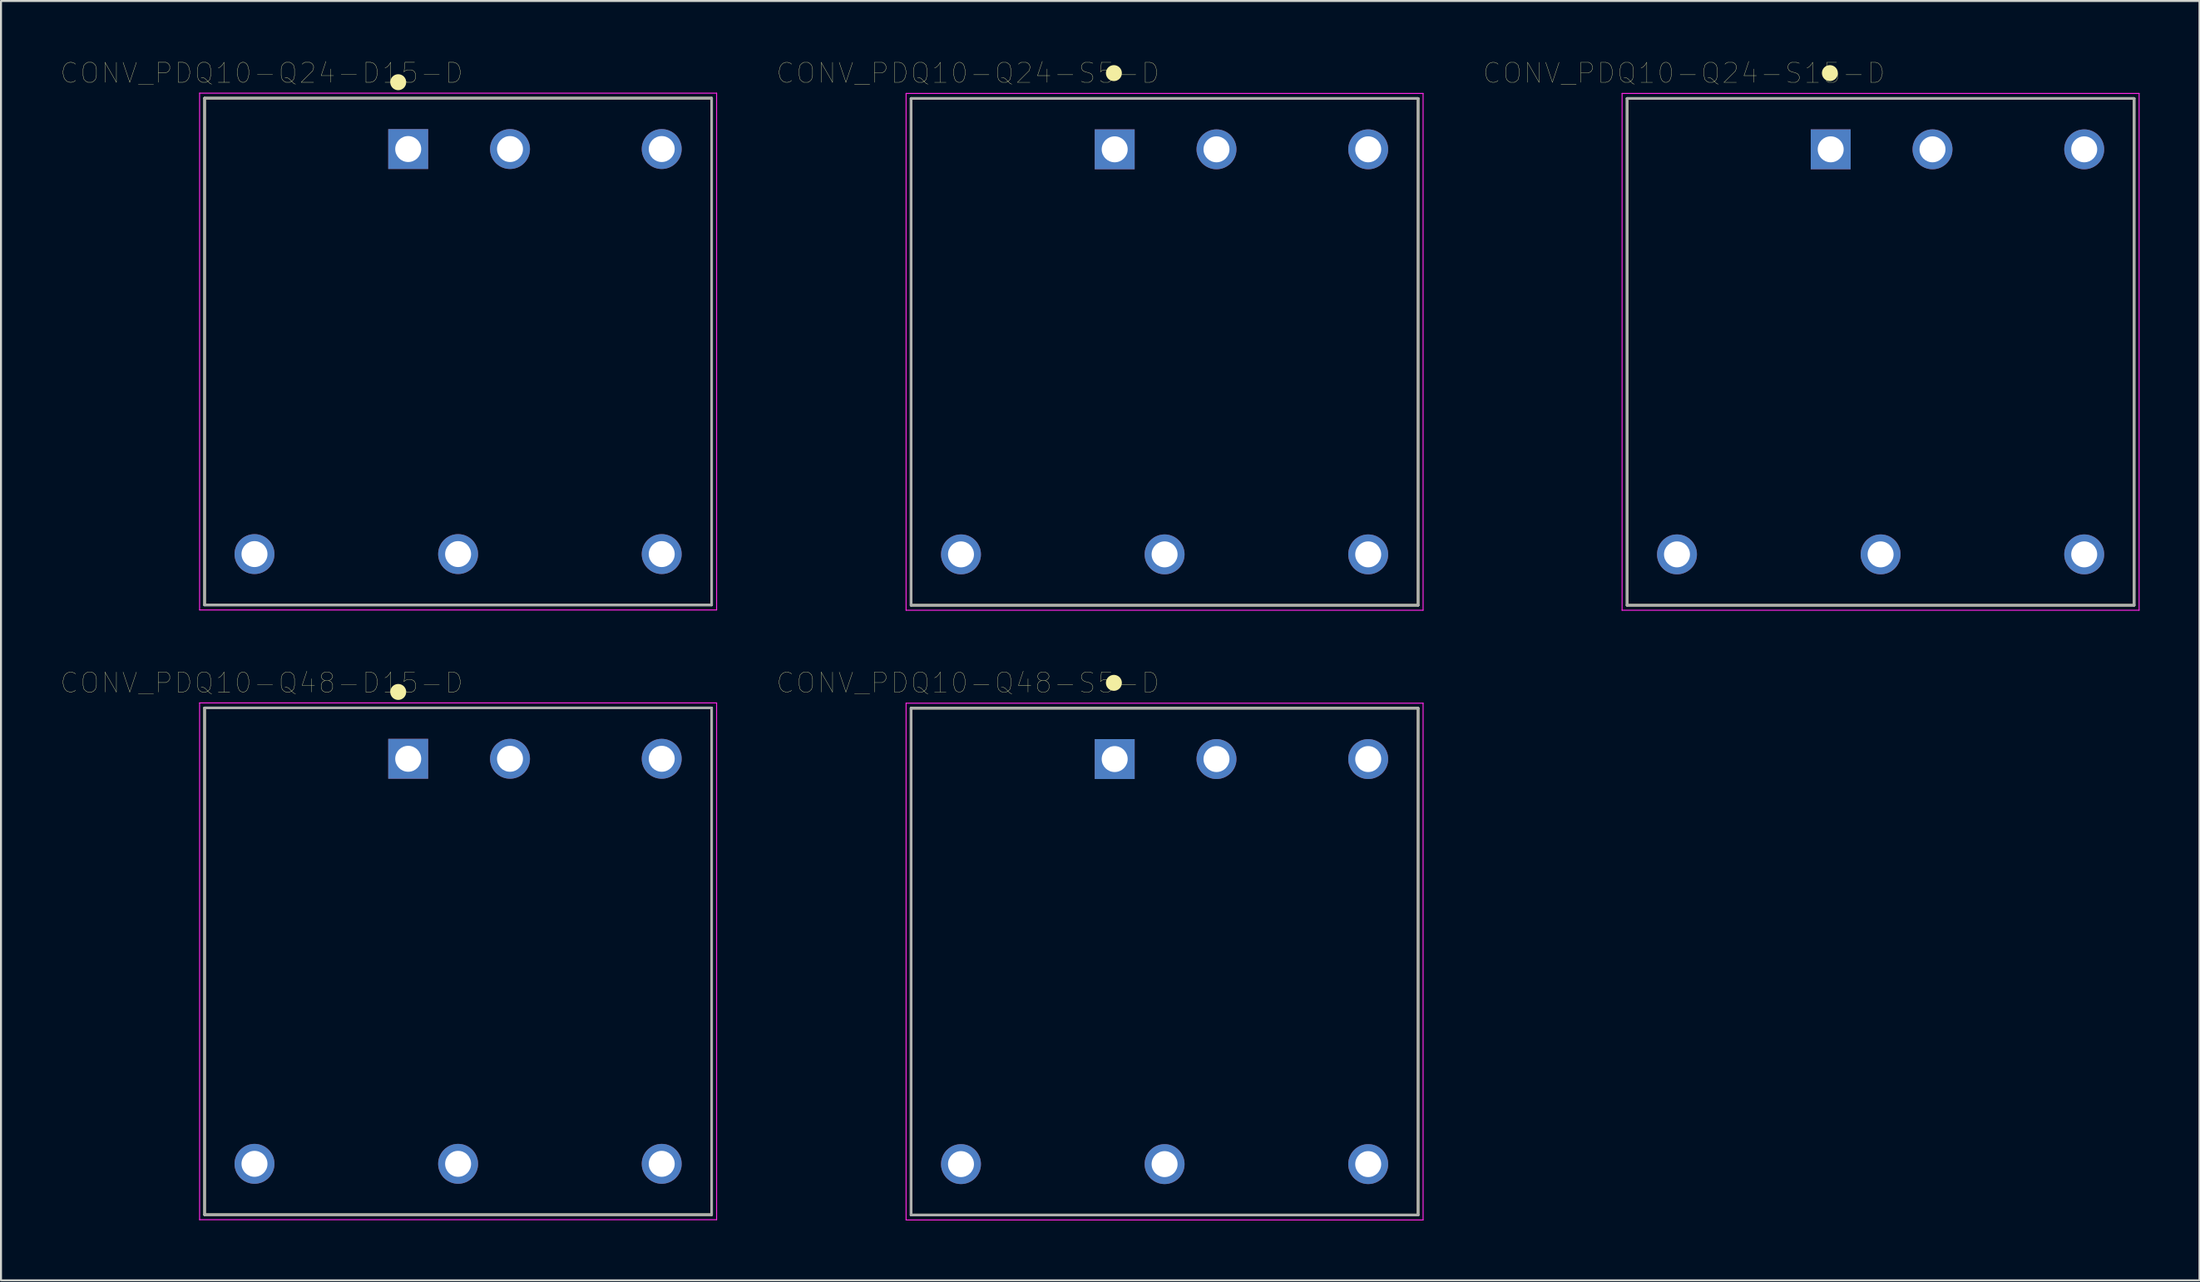
<source format=kicad_pcb>
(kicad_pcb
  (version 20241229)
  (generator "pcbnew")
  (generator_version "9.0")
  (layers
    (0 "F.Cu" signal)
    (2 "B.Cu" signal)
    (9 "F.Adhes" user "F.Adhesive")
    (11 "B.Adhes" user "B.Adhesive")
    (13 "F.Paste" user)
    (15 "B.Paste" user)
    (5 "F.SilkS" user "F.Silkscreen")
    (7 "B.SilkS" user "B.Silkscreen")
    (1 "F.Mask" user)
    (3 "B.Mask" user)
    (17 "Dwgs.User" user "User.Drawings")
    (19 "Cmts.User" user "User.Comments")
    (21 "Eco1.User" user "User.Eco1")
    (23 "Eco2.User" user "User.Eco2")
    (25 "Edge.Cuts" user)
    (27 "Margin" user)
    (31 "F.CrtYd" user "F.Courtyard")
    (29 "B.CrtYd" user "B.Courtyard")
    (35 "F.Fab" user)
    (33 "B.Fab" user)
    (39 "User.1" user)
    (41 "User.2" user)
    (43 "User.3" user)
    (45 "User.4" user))
  (footprint "CONV_PDQ10-Q24-S15-D"
    (layer "F.Cu")
    (at 91.16 14.584)
    (property "Reference" "CONV_PDQ10-Q24-S15-D" (at -9.851 -13.971 0) (layer "F.SilkS") (effects (font (size 1.003 1.003) (thickness 0.015))))
    (attr through_hole)
    (fp_line (start -12.7 -12.7) (end 12.7 -12.7) (stroke (width 0.127) (type solid)) (layer "F.SilkS"))
    (fp_line (start -12.7 12.7) (end -12.7 -12.7) (stroke (width 0.127) (type solid)) (layer "F.SilkS"))
    (fp_line (start 12.7 -12.7) (end 12.7 12.7) (stroke (width 0.127) (type solid)) (layer "F.SilkS"))
    (fp_line (start 12.7 12.7) (end -12.7 12.7) (stroke (width 0.127) (type solid)) (layer "F.SilkS"))
    (fp_circle (center -2.54 -13.97) (end -2.34 -13.97) (stroke (width 0.4) (type solid)) (fill no) (layer "F.SilkS"))
    (fp_line (start -12.95 -12.95) (end 12.95 -12.95) (stroke (width 0.05) (type solid)) (layer "F.CrtYd"))
    (fp_line (start -12.95 12.95) (end -12.95 -12.95) (stroke (width 0.05) (type solid)) (layer "F.CrtYd"))
    (fp_line (start 12.95 -12.95) (end 12.95 12.95) (stroke (width 0.05) (type solid)) (layer "F.CrtYd"))
    (fp_line (start 12.95 12.95) (end -12.95 12.95) (stroke (width 0.05) (type solid)) (layer "F.CrtYd"))
    (fp_line (start -12.7 -12.7) (end 12.7 -12.7) (stroke (width 0.127) (type solid)) (layer "F.Fab"))
    (fp_line (start -12.7 12.7) (end -12.7 -12.7) (stroke (width 0.127) (type solid)) (layer "F.Fab"))
    (fp_line (start 12.7 -12.7) (end 12.7 12.7) (stroke (width 0.127) (type solid)) (layer "F.Fab"))
    (fp_line (start 12.7 12.7) (end -12.7 12.7) (stroke (width 0.127) (type solid)) (layer "F.Fab"))
    (fp_circle (center -2.54 -10.16) (end -2.34 -10.16) (stroke (width 0.4) (type solid)) (fill no) (layer "F.Fab"))
    (pad "1" thru_hole rect (at -2.5 -10.15) (size 2 2) (drill 1.3) (layers "*.Cu" "*.Mask"))
    (pad "2" thru_hole circle (at 2.6 -10.15) (size 2 2) (drill 1.3) (layers "*.Cu" "*.Mask"))
    (pad "3" thru_hole circle (at -10.2 10.15) (size 2 2) (drill 1.3) (layers "*.Cu" "*.Mask"))
    (pad "4" thru_hole circle (at 0 10.15) (size 2 2) (drill 1.3) (layers "*.Cu" "*.Mask"))
    (pad "5" thru_hole circle (at 10.2 10.15) (size 2 2) (drill 1.3) (layers "*.Cu" "*.Mask"))
    (pad "6" thru_hole circle (at 10.2 -10.15) (size 2 2) (drill 1.3) (layers "*.Cu" "*.Mask")))
  (footprint "CONV_PDQ10-Q24-D15-D"
    (layer "F.Cu")
    (at 19.899 14.57)
    (property "Reference" "CONV_PDQ10-Q24-D15-D" (at -9.841 -13.958 0) (layer "F.SilkS") (effects (font (size 1.002 1.002) (thickness 0.015))))
    (attr through_hole)
    (fp_line (start -12.7 -12.7) (end 12.7 -12.7) (stroke (width 0.127) (type solid)) (layer "F.SilkS"))
    (fp_line (start -12.7 12.7) (end -12.7 -12.7) (stroke (width 0.127) (type solid)) (layer "F.SilkS"))
    (fp_line (start 12.7 -12.7) (end 12.7 12.7) (stroke (width 0.127) (type solid)) (layer "F.SilkS"))
    (fp_line (start 12.7 12.7) (end -12.7 12.7) (stroke (width 0.127) (type solid)) (layer "F.SilkS"))
    (fp_circle (center -3 -13.5) (end -2.8 -13.5) (stroke (width 0.4) (type solid)) (fill no) (layer "F.SilkS"))
    (fp_line (start -12.95 -12.95) (end 12.95 -12.95) (stroke (width 0.05) (type solid)) (layer "F.CrtYd"))
    (fp_line (start -12.95 12.95) (end -12.95 -12.95) (stroke (width 0.05) (type solid)) (layer "F.CrtYd"))
    (fp_line (start 12.95 -12.95) (end 12.95 12.95) (stroke (width 0.05) (type solid)) (layer "F.CrtYd"))
    (fp_line (start 12.95 12.95) (end -12.95 12.95) (stroke (width 0.05) (type solid)) (layer "F.CrtYd"))
    (fp_line (start -12.7 -12.7) (end 12.7 -12.7) (stroke (width 0.127) (type solid)) (layer "F.Fab"))
    (fp_line (start -12.7 12.7) (end -12.7 -12.7) (stroke (width 0.127) (type solid)) (layer "F.Fab"))
    (fp_line (start 12.7 -12.7) (end 12.7 12.7) (stroke (width 0.127) (type solid)) (layer "F.Fab"))
    (fp_line (start 12.7 12.7) (end -12.7 12.7) (stroke (width 0.127) (type solid)) (layer "F.Fab"))
    (fp_circle (center -2.5 -10.25) (end -2.3 -10.25) (stroke (width 0.4) (type solid)) (fill no) (layer "F.Fab"))
    (pad "1" thru_hole rect (at -2.5 -10.15) (size 2 2) (drill 1.3) (layers "*.Cu" "*.Mask"))
    (pad "2" thru_hole circle (at 2.6 -10.15) (size 2 2) (drill 1.3) (layers "*.Cu" "*.Mask"))
    (pad "3" thru_hole circle (at -10.2 10.15) (size 2 2) (drill 1.3) (layers "*.Cu" "*.Mask"))
    (pad "4" thru_hole circle (at 0 10.15) (size 2 2) (drill 1.3) (layers "*.Cu" "*.Mask"))
    (pad "5" thru_hole circle (at 10.2 10.15) (size 2 2) (drill 1.3) (layers "*.Cu" "*.Mask"))
    (pad "6" thru_hole circle (at 10.2 -10.15) (size 2 2) (drill 1.3) (layers "*.Cu" "*.Mask")))
  (footprint "CONV_PDQ10-Q24-S5-D"
    (layer "F.Cu")
    (at 55.291 14.584)
    (property "Reference" "CONV_PDQ10-Q24-S5-D" (at -9.851 -13.971 0) (layer "F.SilkS") (effects (font (size 1.003 1.003) (thickness 0.015))))
    (attr through_hole)
    (fp_line (start -12.7 -12.7) (end 12.7 -12.7) (stroke (width 0.127) (type solid)) (layer "F.SilkS"))
    (fp_line (start -12.7 12.7) (end -12.7 -12.7) (stroke (width 0.127) (type solid)) (layer "F.SilkS"))
    (fp_line (start 12.7 -12.7) (end 12.7 12.7) (stroke (width 0.127) (type solid)) (layer "F.SilkS"))
    (fp_line (start 12.7 12.7) (end -12.7 12.7) (stroke (width 0.127) (type solid)) (layer "F.SilkS"))
    (fp_circle (center -2.54 -13.97) (end -2.34 -13.97) (stroke (width 0.4) (type solid)) (fill no) (layer "F.SilkS"))
    (fp_line (start -12.95 -12.95) (end 12.95 -12.95) (stroke (width 0.05) (type solid)) (layer "F.CrtYd"))
    (fp_line (start -12.95 12.95) (end -12.95 -12.95) (stroke (width 0.05) (type solid)) (layer "F.CrtYd"))
    (fp_line (start 12.95 -12.95) (end 12.95 12.95) (stroke (width 0.05) (type solid)) (layer "F.CrtYd"))
    (fp_line (start 12.95 12.95) (end -12.95 12.95) (stroke (width 0.05) (type solid)) (layer "F.CrtYd"))
    (fp_line (start -12.7 -12.7) (end 12.7 -12.7) (stroke (width 0.127) (type solid)) (layer "F.Fab"))
    (fp_line (start -12.7 12.7) (end -12.7 -12.7) (stroke (width 0.127) (type solid)) (layer "F.Fab"))
    (fp_line (start 12.7 -12.7) (end 12.7 12.7) (stroke (width 0.127) (type solid)) (layer "F.Fab"))
    (fp_line (start 12.7 12.7) (end -12.7 12.7) (stroke (width 0.127) (type solid)) (layer "F.Fab"))
    (fp_circle (center -2.54 -10.16) (end -2.34 -10.16) (stroke (width 0.4) (type solid)) (fill no) (layer "F.Fab"))
    (pad "1" thru_hole rect (at -2.5 -10.15) (size 2 2) (drill 1.3) (layers "*.Cu" "*.Mask"))
    (pad "2" thru_hole circle (at 2.6 -10.15) (size 2 2) (drill 1.3) (layers "*.Cu" "*.Mask"))
    (pad "3" thru_hole circle (at -10.2 10.15) (size 2 2) (drill 1.3) (layers "*.Cu" "*.Mask"))
    (pad "4" thru_hole circle (at 0 10.15) (size 2 2) (drill 1.3) (layers "*.Cu" "*.Mask"))
    (pad "5" thru_hole circle (at 10.2 10.15) (size 2 2) (drill 1.3) (layers "*.Cu" "*.Mask"))
    (pad "6" thru_hole circle (at 10.2 -10.15) (size 2 2) (drill 1.3) (layers "*.Cu" "*.Mask")))
  (footprint "CONV_PDQ10-Q48-D15-D"
    (layer "F.Cu")
    (at 19.899 45.129)
    (property "Reference" "CONV_PDQ10-Q48-D15-D" (at -9.841 -13.958 0) (layer "F.SilkS") (effects (font (size 1.002 1.002) (thickness 0.015))))
    (attr through_hole)
    (fp_line (start -12.7 -12.7) (end 12.7 -12.7) (stroke (width 0.127) (type solid)) (layer "F.SilkS"))
    (fp_line (start -12.7 12.7) (end -12.7 -12.7) (stroke (width 0.127) (type solid)) (layer "F.SilkS"))
    (fp_line (start 12.7 -12.7) (end 12.7 12.7) (stroke (width 0.127) (type solid)) (layer "F.SilkS"))
    (fp_line (start 12.7 12.7) (end -12.7 12.7) (stroke (width 0.127) (type solid)) (layer "F.SilkS"))
    (fp_circle (center -3 -13.5) (end -2.8 -13.5) (stroke (width 0.4) (type solid)) (fill no) (layer "F.SilkS"))
    (fp_line (start -12.95 -12.95) (end 12.95 -12.95) (stroke (width 0.05) (type solid)) (layer "F.CrtYd"))
    (fp_line (start -12.95 12.95) (end -12.95 -12.95) (stroke (width 0.05) (type solid)) (layer "F.CrtYd"))
    (fp_line (start 12.95 -12.95) (end 12.95 12.95) (stroke (width 0.05) (type solid)) (layer "F.CrtYd"))
    (fp_line (start 12.95 12.95) (end -12.95 12.95) (stroke (width 0.05) (type solid)) (layer "F.CrtYd"))
    (fp_line (start -12.7 -12.7) (end 12.7 -12.7) (stroke (width 0.127) (type solid)) (layer "F.Fab"))
    (fp_line (start -12.7 12.7) (end -12.7 -12.7) (stroke (width 0.127) (type solid)) (layer "F.Fab"))
    (fp_line (start 12.7 -12.7) (end 12.7 12.7) (stroke (width 0.127) (type solid)) (layer "F.Fab"))
    (fp_line (start 12.7 12.7) (end -12.7 12.7) (stroke (width 0.127) (type solid)) (layer "F.Fab"))
    (fp_circle (center -2.5 -10.25) (end -2.3 -10.25) (stroke (width 0.4) (type solid)) (fill no) (layer "F.Fab"))
    (pad "1" thru_hole rect (at -2.5 -10.15) (size 2 2) (drill 1.3) (layers "*.Cu" "*.Mask"))
    (pad "2" thru_hole circle (at 2.6 -10.15) (size 2 2) (drill 1.3) (layers "*.Cu" "*.Mask"))
    (pad "3" thru_hole circle (at -10.2 10.15) (size 2 2) (drill 1.3) (layers "*.Cu" "*.Mask"))
    (pad "4" thru_hole circle (at 0 10.15) (size 2 2) (drill 1.3) (layers "*.Cu" "*.Mask"))
    (pad "5" thru_hole circle (at 10.2 10.15) (size 2 2) (drill 1.3) (layers "*.Cu" "*.Mask"))
    (pad "6" thru_hole circle (at 10.2 -10.15) (size 2 2) (drill 1.3) (layers "*.Cu" "*.Mask")))
  (footprint "CONV_PDQ10-Q48-S5-D"
    (layer "F.Cu")
    (at 55.291 45.143)
    (property "Reference" "CONV_PDQ10-Q48-S5-D" (at -9.851 -13.971 0) (layer "F.SilkS") (effects (font (size 1.003 1.003) (thickness 0.015))))
    (attr through_hole)
    (fp_line (start -12.7 -12.7) (end 12.7 -12.7) (stroke (width 0.127) (type solid)) (layer "F.SilkS"))
    (fp_line (start -12.7 12.7) (end -12.7 -12.7) (stroke (width 0.127) (type solid)) (layer "F.SilkS"))
    (fp_line (start 12.7 -12.7) (end 12.7 12.7) (stroke (width 0.127) (type solid)) (layer "F.SilkS"))
    (fp_line (start 12.7 12.7) (end -12.7 12.7) (stroke (width 0.127) (type solid)) (layer "F.SilkS"))
    (fp_circle (center -2.54 -13.97) (end -2.34 -13.97) (stroke (width 0.4) (type solid)) (fill no) (layer "F.SilkS"))
    (fp_line (start -12.95 -12.95) (end 12.95 -12.95) (stroke (width 0.05) (type solid)) (layer "F.CrtYd"))
    (fp_line (start -12.95 12.95) (end -12.95 -12.95) (stroke (width 0.05) (type solid)) (layer "F.CrtYd"))
    (fp_line (start 12.95 -12.95) (end 12.95 12.95) (stroke (width 0.05) (type solid)) (layer "F.CrtYd"))
    (fp_line (start 12.95 12.95) (end -12.95 12.95) (stroke (width 0.05) (type solid)) (layer "F.CrtYd"))
    (fp_line (start -12.7 -12.7) (end 12.7 -12.7) (stroke (width 0.127) (type solid)) (layer "F.Fab"))
    (fp_line (start -12.7 12.7) (end -12.7 -12.7) (stroke (width 0.127) (type solid)) (layer "F.Fab"))
    (fp_line (start 12.7 -12.7) (end 12.7 12.7) (stroke (width 0.127) (type solid)) (layer "F.Fab"))
    (fp_line (start 12.7 12.7) (end -12.7 12.7) (stroke (width 0.127) (type solid)) (layer "F.Fab"))
    (fp_circle (center -2.54 -10.16) (end -2.34 -10.16) (stroke (width 0.4) (type solid)) (fill no) (layer "F.Fab"))
    (pad "1" thru_hole rect (at -2.5 -10.15) (size 2 2) (drill 1.3) (layers "*.Cu" "*.Mask"))
    (pad "2" thru_hole circle (at 2.6 -10.15) (size 2 2) (drill 1.3) (layers "*.Cu" "*.Mask"))
    (pad "3" thru_hole circle (at -10.2 10.15) (size 2 2) (drill 1.3) (layers "*.Cu" "*.Mask"))
    (pad "4" thru_hole circle (at 0 10.15) (size 2 2) (drill 1.3) (layers "*.Cu" "*.Mask"))
    (pad "5" thru_hole circle (at 10.2 10.15) (size 2 2) (drill 1.3) (layers "*.Cu" "*.Mask"))
    (pad "6" thru_hole circle (at 10.2 -10.15) (size 2 2) (drill 1.3) (layers "*.Cu" "*.Mask")))
  (gr_rect
    (start -3 -3)
    (end 107.135 61.118)
    (stroke (width 0.1) (type default))
    (fill no)
    (layer "Edge.Cuts")))
</source>
